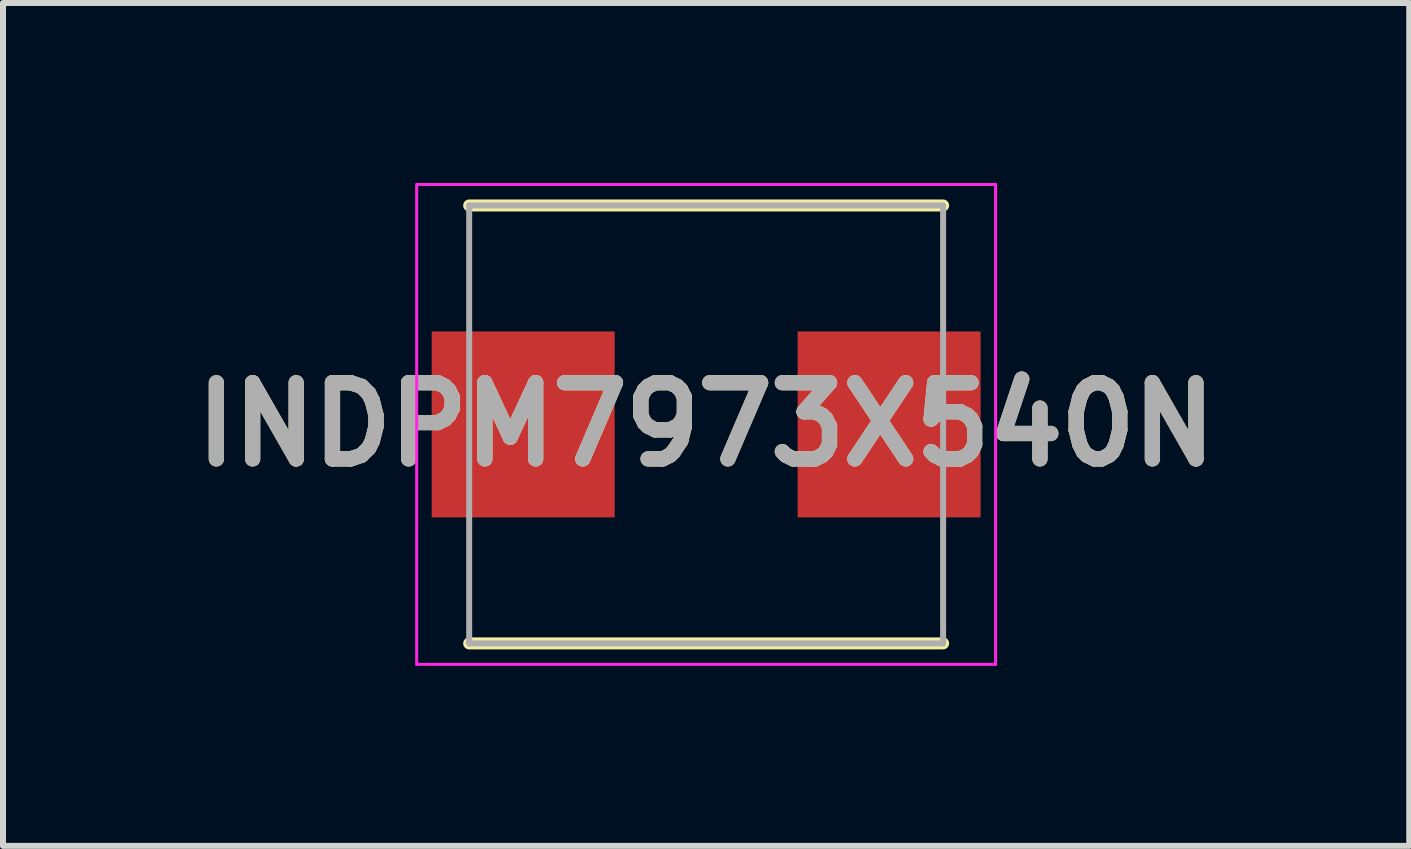
<source format=kicad_pcb>
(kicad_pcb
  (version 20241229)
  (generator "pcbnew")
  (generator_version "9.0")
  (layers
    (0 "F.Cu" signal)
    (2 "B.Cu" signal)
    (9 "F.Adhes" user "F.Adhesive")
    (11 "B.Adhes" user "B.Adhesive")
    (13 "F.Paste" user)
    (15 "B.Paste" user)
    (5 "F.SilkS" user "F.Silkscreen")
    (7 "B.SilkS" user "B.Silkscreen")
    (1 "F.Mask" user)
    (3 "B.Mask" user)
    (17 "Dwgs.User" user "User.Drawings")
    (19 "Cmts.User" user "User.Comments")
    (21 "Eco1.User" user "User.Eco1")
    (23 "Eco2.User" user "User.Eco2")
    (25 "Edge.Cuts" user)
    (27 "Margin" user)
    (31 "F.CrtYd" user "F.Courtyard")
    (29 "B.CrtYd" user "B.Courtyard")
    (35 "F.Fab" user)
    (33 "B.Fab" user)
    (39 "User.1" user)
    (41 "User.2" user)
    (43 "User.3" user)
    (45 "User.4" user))
  (footprint "INDPM7973X540N"
    (layer "F.Cu")
    (at 8.721 4.025)
    (property "Reference" "INDPM7973X540N" (at 0 0 0) (layer "F.SilkS") (effects (font (size 1.27 1.27) (thickness 0.254))))
    (attr smd)
    (fp_line (start -3.95 3.65) (end 3.95 3.65) (stroke (width 0.2) (type solid)) (layer "F.SilkS"))
    (fp_line (start 3.95 -3.65) (end -3.95 -3.65) (stroke (width 0.2) (type solid)) (layer "F.SilkS"))
    (fp_line (start -4.825 -4) (end 4.825 -4) (stroke (width 0.05) (type solid)) (layer "F.CrtYd"))
    (fp_line (start -4.825 4) (end -4.825 -4) (stroke (width 0.05) (type solid)) (layer "F.CrtYd"))
    (fp_line (start 4.825 -4) (end 4.825 4) (stroke (width 0.05) (type solid)) (layer "F.CrtYd"))
    (fp_line (start 4.825 4) (end -4.825 4) (stroke (width 0.05) (type solid)) (layer "F.CrtYd"))
    (fp_line (start -3.95 -3.65) (end 3.95 -3.65) (stroke (width 0.1) (type solid)) (layer "F.Fab"))
    (fp_line (start -3.95 3.65) (end -3.95 -3.65) (stroke (width 0.1) (type solid)) (layer "F.Fab"))
    (fp_line (start 3.95 -3.65) (end 3.95 3.65) (stroke (width 0.1) (type solid)) (layer "F.Fab"))
    (fp_line (start 3.95 3.65) (end -3.95 3.65) (stroke (width 0.1) (type solid)) (layer "F.Fab"))
    (fp_text user "${REFERENCE}" (at 0 0 0) (layer "F.Fab") (effects (font (size 1.27 1.27) (thickness 0.254))))
    (pad "1" smd rect (at -3.05 0) (size 3.05 3.1) (layers "F.Cu" "F.Mask" "F.Paste"))
    (pad "2" smd rect (at 3.05 0) (size 3.05 3.1) (layers "F.Cu" "F.Mask" "F.Paste")))
  (gr_rect
    (start -3 -3)
    (end 20.441 11.05)
    (stroke (width 0.1) (type default))
    (fill no)
    (layer "Edge.Cuts")))
</source>
